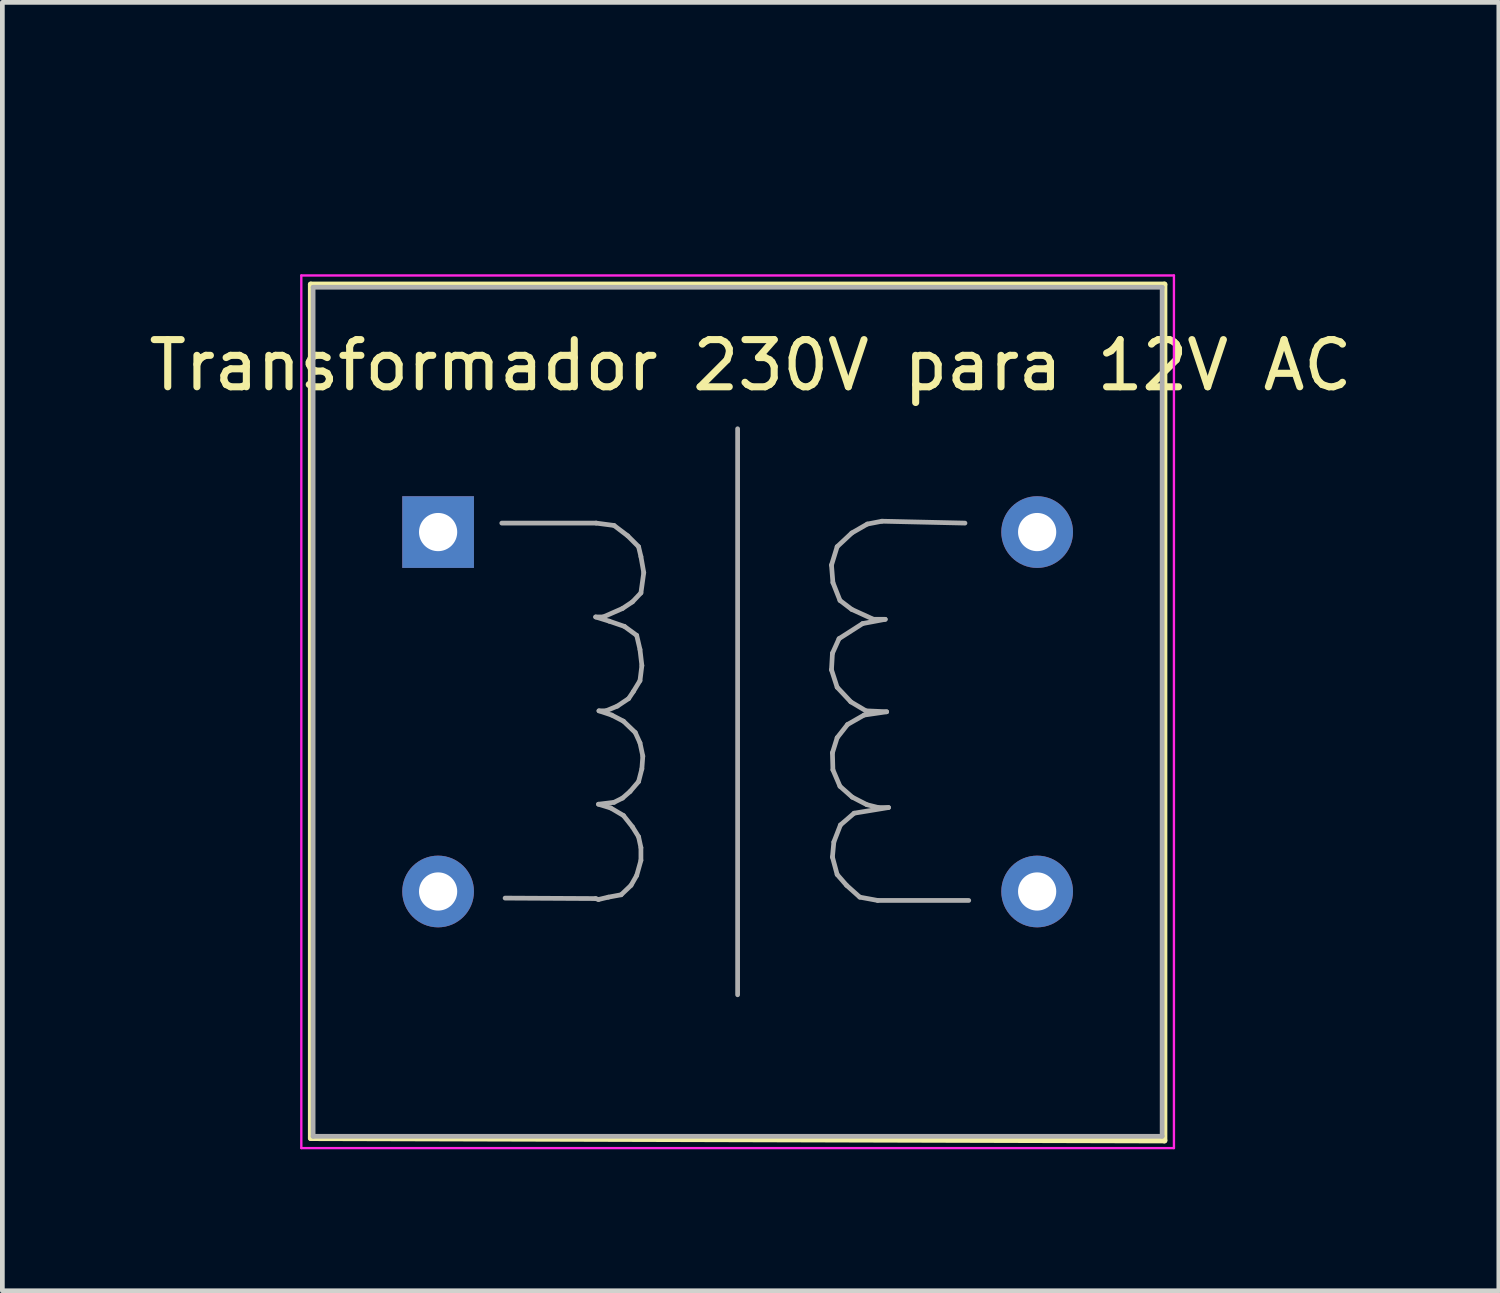
<source format=kicad_pcb>
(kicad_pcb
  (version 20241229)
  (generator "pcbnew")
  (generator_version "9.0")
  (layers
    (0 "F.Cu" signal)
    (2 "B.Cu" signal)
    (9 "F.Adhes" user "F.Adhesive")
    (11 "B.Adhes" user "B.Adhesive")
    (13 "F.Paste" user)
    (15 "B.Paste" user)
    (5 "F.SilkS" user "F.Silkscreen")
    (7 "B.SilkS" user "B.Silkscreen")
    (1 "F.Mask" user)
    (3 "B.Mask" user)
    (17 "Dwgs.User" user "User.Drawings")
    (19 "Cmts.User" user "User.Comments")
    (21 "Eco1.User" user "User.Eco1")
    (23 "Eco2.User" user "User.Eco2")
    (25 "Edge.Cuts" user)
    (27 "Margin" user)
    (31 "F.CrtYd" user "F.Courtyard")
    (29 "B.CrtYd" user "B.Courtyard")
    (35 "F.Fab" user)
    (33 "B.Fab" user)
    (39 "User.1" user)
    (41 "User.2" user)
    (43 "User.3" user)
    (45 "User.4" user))
  (footprint "Transformador 230V para 12V AC"
    (layer "F.Cu")
    (at 12.228 0.25)
    (property "Reference" "Transformador 230V para 12V AC" (at 0.635 4.445 0) (layer "F.SilkS") (effects (font (size 1 1) (thickness 0.15))))
    (attr through_hole)
    (fp_line (start -8.69 2.73) (end 9.41 2.73) (stroke (width 0.12) (type solid)) (layer "F.SilkS"))
    (fp_line (start -8.69 20.83) (end -8.69 2.73) (stroke (width 0.12) (type solid)) (layer "F.SilkS"))
    (fp_line (start 9.41 2.73) (end 9.41 20.88) (stroke (width 0.12) (type solid)) (layer "F.SilkS"))
    (fp_line (start 9.41 20.88) (end -8.69 20.83) (stroke (width 0.12) (type solid)) (layer "F.SilkS"))
    (fp_line (start -8.89 2.54) (end -8.89 21.04) (stroke (width 0.05) (type solid)) (layer "F.CrtYd"))
    (fp_line (start -8.89 2.54) (end 9.61 2.54) (stroke (width 0.05) (type solid)) (layer "F.CrtYd"))
    (fp_line (start 9.61 21.04) (end -8.89 21.04) (stroke (width 0.05) (type solid)) (layer "F.CrtYd"))
    (fp_line (start 9.61 21.04) (end 9.61 2.54) (stroke (width 0.05) (type solid)) (layer "F.CrtYd"))
    (fp_line (start -8.64 2.79) (end -8.64 20.79) (stroke (width 0.1) (type solid)) (layer "F.Fab"))
    (fp_line (start -8.64 20.79) (end 9.36 20.79) (stroke (width 0.1) (type solid)) (layer "F.Fab"))
    (fp_line (start -4.64 7.79) (end -2.64 7.79) (stroke (width 0.1) (type solid)) (layer "F.Fab"))
    (fp_line (start -2.65 9.78) (end -2.36 9.87) (stroke (width 0.1) (type solid)) (layer "F.Fab"))
    (fp_line (start -2.65 15.75) (end -4.57 15.74) (stroke (width 0.1) (type solid)) (layer "F.Fab"))
    (fp_line (start -2.64 7.79) (end -2.26 7.84) (stroke (width 0.1) (type solid)) (layer "F.Fab"))
    (fp_line (start -2.59 13.75) (end -2.33 13.83) (stroke (width 0.1) (type solid)) (layer "F.Fab"))
    (fp_line (start -2.59 15.77) (end -2.65 15.75) (stroke (width 0.1) (type solid)) (layer "F.Fab"))
    (fp_line (start -2.58 11.77) (end -2.31 11.86) (stroke (width 0.1) (type solid)) (layer "F.Fab"))
    (fp_line (start -2.49 9.78) (end -2.65 9.78) (stroke (width 0.1) (type solid)) (layer "F.Fab"))
    (fp_line (start -2.43 11.77) (end -2.58 11.77) (stroke (width 0.1) (type solid)) (layer "F.Fab"))
    (fp_line (start -2.38 15.72) (end -2.59 15.77) (stroke (width 0.1) (type solid)) (layer "F.Fab"))
    (fp_line (start -2.36 9.87) (end -2.04 9.98) (stroke (width 0.1) (type solid)) (layer "F.Fab"))
    (fp_line (start -2.33 13.83) (end -2.06 13.99) (stroke (width 0.1) (type solid)) (layer "F.Fab"))
    (fp_line (start -2.31 11.86) (end -2.06 11.99) (stroke (width 0.1) (type solid)) (layer "F.Fab"))
    (fp_line (start -2.26 7.84) (end -1.97 8.06) (stroke (width 0.1) (type solid)) (layer "F.Fab"))
    (fp_line (start -2.26 13.71) (end -2.59 13.75) (stroke (width 0.1) (type solid)) (layer "F.Fab"))
    (fp_line (start -2.19 11.67) (end -2.43 11.77) (stroke (width 0.1) (type solid)) (layer "F.Fab"))
    (fp_line (start -2.11 15.67) (end -2.38 15.72) (stroke (width 0.1) (type solid)) (layer "F.Fab"))
    (fp_line (start -2.08 9.6) (end -2.49 9.78) (stroke (width 0.1) (type solid)) (layer "F.Fab"))
    (fp_line (start -2.08 13.62) (end -2.26 13.71) (stroke (width 0.1) (type solid)) (layer "F.Fab"))
    (fp_line (start -2.06 11.99) (end -1.81 12.23) (stroke (width 0.1) (type solid)) (layer "F.Fab"))
    (fp_line (start -2.06 13.99) (end -1.87 14.23) (stroke (width 0.1) (type solid)) (layer "F.Fab"))
    (fp_line (start -2.04 9.98) (end -1.78 10.17) (stroke (width 0.1) (type solid)) (layer "F.Fab"))
    (fp_line (start -1.97 8.06) (end -1.74 8.29) (stroke (width 0.1) (type solid)) (layer "F.Fab"))
    (fp_line (start -1.95 11.51) (end -2.19 11.67) (stroke (width 0.1) (type solid)) (layer "F.Fab"))
    (fp_line (start -1.92 13.48) (end -2.08 13.62) (stroke (width 0.1) (type solid)) (layer "F.Fab"))
    (fp_line (start -1.9 15.47) (end -2.11 15.67) (stroke (width 0.1) (type solid)) (layer "F.Fab"))
    (fp_line (start -1.87 9.46) (end -2.08 9.6) (stroke (width 0.1) (type solid)) (layer "F.Fab"))
    (fp_line (start -1.87 14.23) (end -1.74 14.44) (stroke (width 0.1) (type solid)) (layer "F.Fab"))
    (fp_line (start -1.85 11.36) (end -1.95 11.51) (stroke (width 0.1) (type solid)) (layer "F.Fab"))
    (fp_line (start -1.81 12.23) (end -1.71 12.45) (stroke (width 0.1) (type solid)) (layer "F.Fab"))
    (fp_line (start -1.78 10.17) (end -1.71 10.47) (stroke (width 0.1) (type solid)) (layer "F.Fab"))
    (fp_line (start -1.78 15.26) (end -1.9 15.47) (stroke (width 0.1) (type solid)) (layer "F.Fab"))
    (fp_line (start -1.74 8.29) (end -1.69 8.5) (stroke (width 0.1) (type solid)) (layer "F.Fab"))
    (fp_line (start -1.74 13.27) (end -1.92 13.48) (stroke (width 0.1) (type solid)) (layer "F.Fab"))
    (fp_line (start -1.74 14.44) (end -1.69 14.67) (stroke (width 0.1) (type solid)) (layer "F.Fab"))
    (fp_line (start -1.71 10.47) (end -1.67 10.81) (stroke (width 0.1) (type solid)) (layer "F.Fab"))
    (fp_line (start -1.71 11.13) (end -1.85 11.36) (stroke (width 0.1) (type solid)) (layer "F.Fab"))
    (fp_line (start -1.71 12.45) (end -1.65 12.73) (stroke (width 0.1) (type solid)) (layer "F.Fab"))
    (fp_line (start -1.69 8.5) (end -1.63 8.84) (stroke (width 0.1) (type solid)) (layer "F.Fab"))
    (fp_line (start -1.69 9.27) (end -1.87 9.46) (stroke (width 0.1) (type solid)) (layer "F.Fab"))
    (fp_line (start -1.69 14.67) (end -1.69 14.94) (stroke (width 0.1) (type solid)) (layer "F.Fab"))
    (fp_line (start -1.69 14.94) (end -1.78 15.26) (stroke (width 0.1) (type solid)) (layer "F.Fab"))
    (fp_line (start -1.67 10.81) (end -1.71 11.13) (stroke (width 0.1) (type solid)) (layer "F.Fab"))
    (fp_line (start -1.67 13) (end -1.74 13.27) (stroke (width 0.1) (type solid)) (layer "F.Fab"))
    (fp_line (start -1.65 12.73) (end -1.67 13) (stroke (width 0.1) (type solid)) (layer "F.Fab"))
    (fp_line (start -1.63 8.84) (end -1.69 9.27) (stroke (width 0.1) (type solid)) (layer "F.Fab"))
    (fp_line (start 0.36 5.79) (end 0.36 17.79) (stroke (width 0.1) (type solid)) (layer "F.Fab"))
    (fp_line (start 2.35 8.68) (end 2.38 9.05) (stroke (width 0.1) (type solid)) (layer "F.Fab"))
    (fp_line (start 2.35 10.9) (end 2.47 11.27) (stroke (width 0.1) (type solid)) (layer "F.Fab"))
    (fp_line (start 2.37 10.55) (end 2.35 10.9) (stroke (width 0.1) (type solid)) (layer "F.Fab"))
    (fp_line (start 2.37 12.66) (end 2.38 13.02) (stroke (width 0.1) (type solid)) (layer "F.Fab"))
    (fp_line (start 2.37 14.87) (end 2.47 15.24) (stroke (width 0.1) (type solid)) (layer "F.Fab"))
    (fp_line (start 2.38 9.05) (end 2.53 9.43) (stroke (width 0.1) (type solid)) (layer "F.Fab"))
    (fp_line (start 2.38 13.02) (end 2.53 13.37) (stroke (width 0.1) (type solid)) (layer "F.Fab"))
    (fp_line (start 2.4 14.55) (end 2.37 14.87) (stroke (width 0.1) (type solid)) (layer "F.Fab"))
    (fp_line (start 2.47 8.29) (end 2.35 8.68) (stroke (width 0.1) (type solid)) (layer "F.Fab"))
    (fp_line (start 2.47 11.27) (end 2.76 11.58) (stroke (width 0.1) (type solid)) (layer "F.Fab"))
    (fp_line (start 2.47 12.34) (end 2.37 12.66) (stroke (width 0.1) (type solid)) (layer "F.Fab"))
    (fp_line (start 2.47 15.24) (end 2.67 15.47) (stroke (width 0.1) (type solid)) (layer "F.Fab"))
    (fp_line (start 2.51 10.24) (end 2.37 10.55) (stroke (width 0.1) (type solid)) (layer "F.Fab"))
    (fp_line (start 2.53 9.43) (end 2.78 9.62) (stroke (width 0.1) (type solid)) (layer "F.Fab"))
    (fp_line (start 2.53 13.37) (end 2.79 13.6) (stroke (width 0.1) (type solid)) (layer "F.Fab"))
    (fp_line (start 2.54 14.19) (end 2.4 14.55) (stroke (width 0.1) (type solid)) (layer "F.Fab"))
    (fp_line (start 2.67 15.47) (end 2.95 15.72) (stroke (width 0.1) (type solid)) (layer "F.Fab"))
    (fp_line (start 2.69 12.06) (end 2.47 12.34) (stroke (width 0.1) (type solid)) (layer "F.Fab"))
    (fp_line (start 2.76 11.58) (end 3.08 11.77) (stroke (width 0.1) (type solid)) (layer "F.Fab"))
    (fp_line (start 2.78 8) (end 2.47 8.29) (stroke (width 0.1) (type solid)) (layer "F.Fab"))
    (fp_line (start 2.78 9.62) (end 3.24 9.83) (stroke (width 0.1) (type solid)) (layer "F.Fab"))
    (fp_line (start 2.79 13.6) (end 3.1 13.76) (stroke (width 0.1) (type solid)) (layer "F.Fab"))
    (fp_line (start 2.83 13.94) (end 2.54 14.19) (stroke (width 0.1) (type solid)) (layer "F.Fab"))
    (fp_line (start 2.95 15.72) (end 3.33 15.79) (stroke (width 0.1) (type solid)) (layer "F.Fab"))
    (fp_line (start 3.01 9.92) (end 2.51 10.24) (stroke (width 0.1) (type solid)) (layer "F.Fab"))
    (fp_line (start 3.04 11.86) (end 2.69 12.06) (stroke (width 0.1) (type solid)) (layer "F.Fab"))
    (fp_line (start 3.08 11.77) (end 3.52 11.79) (stroke (width 0.1) (type solid)) (layer "F.Fab"))
    (fp_line (start 3.1 13.76) (end 3.34 13.82) (stroke (width 0.1) (type solid)) (layer "F.Fab"))
    (fp_line (start 3.11 7.81) (end 2.78 8) (stroke (width 0.1) (type solid)) (layer "F.Fab"))
    (fp_line (start 3.24 9.83) (end 3.49 9.83) (stroke (width 0.1) (type solid)) (layer "F.Fab"))
    (fp_line (start 3.33 15.79) (end 5.26 15.79) (stroke (width 0.1) (type solid)) (layer "F.Fab"))
    (fp_line (start 3.34 13.82) (end 3.56 13.82) (stroke (width 0.1) (type solid)) (layer "F.Fab"))
    (fp_line (start 3.42 7.75) (end 3.11 7.81) (stroke (width 0.1) (type solid)) (layer "F.Fab"))
    (fp_line (start 3.49 9.83) (end 3.01 9.92) (stroke (width 0.1) (type solid)) (layer "F.Fab"))
    (fp_line (start 3.52 11.79) (end 3.04 11.86) (stroke (width 0.1) (type solid)) (layer "F.Fab"))
    (fp_line (start 3.56 13.82) (end 2.83 13.94) (stroke (width 0.1) (type solid)) (layer "F.Fab"))
    (fp_line (start 5.18 7.79) (end 3.42 7.75) (stroke (width 0.1) (type solid)) (layer "F.Fab"))
    (fp_line (start 9.36 2.79) (end -8.64 2.79) (stroke (width 0.1) (type solid)) (layer "F.Fab"))
    (fp_line (start 9.36 20.79) (end 9.36 2.79) (stroke (width 0.1) (type solid)) (layer "F.Fab"))
    (pad "1" thru_hole rect (at -5.99 7.98) (size 1.52 1.52) (drill 0.81) (layers "*.Cu" "*.Mask"))
    (pad "2" thru_hole circle (at -5.99 15.6) (size 1.52 1.52) (drill 0.81) (layers "*.Cu" "*.Mask"))
    (pad "3" thru_hole circle (at 6.71 15.6) (size 1.52 1.52) (drill 0.81) (layers "*.Cu" "*.Mask"))
    (pad "4" thru_hole circle (at 6.71 7.98) (size 1.52 1.52) (drill 0.81) (layers "*.Cu" "*.Mask")))
  (gr_rect
    (start -3 -3)
    (end 28.726 24.315)
    (stroke (width 0.1) (type default))
    (fill no)
    (layer "Edge.Cuts")))
</source>
